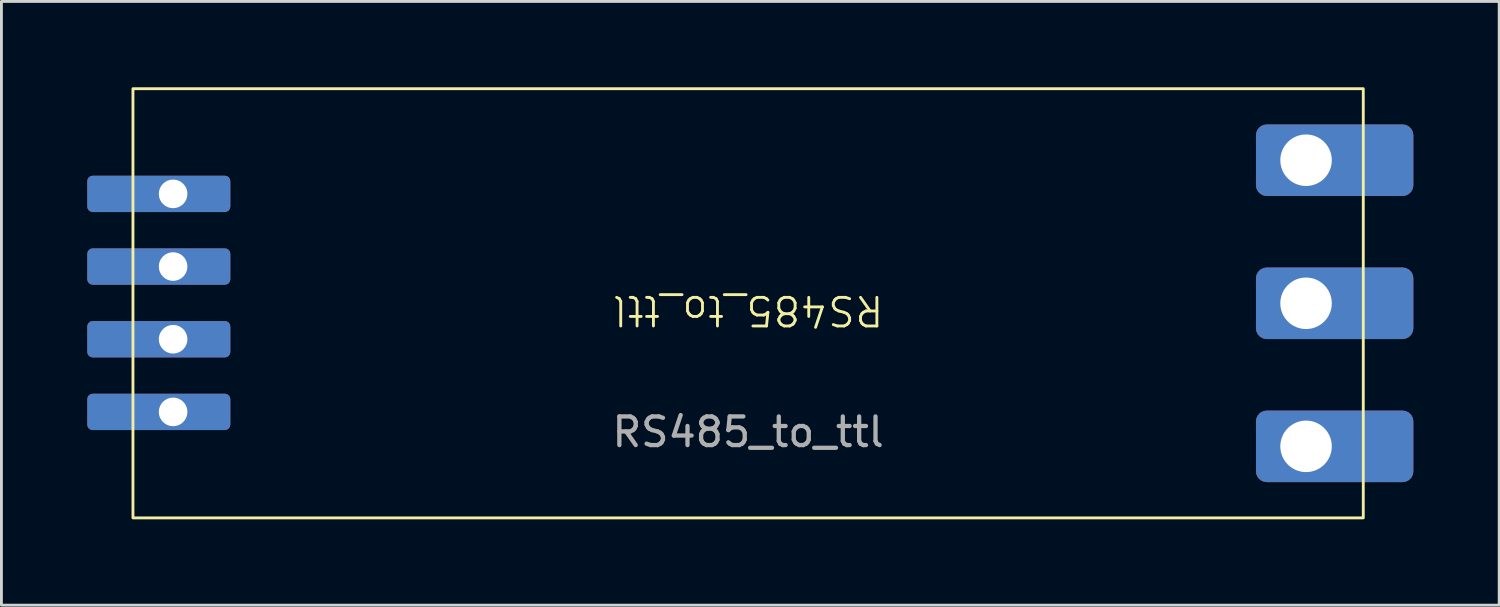
<source format=kicad_pcb>
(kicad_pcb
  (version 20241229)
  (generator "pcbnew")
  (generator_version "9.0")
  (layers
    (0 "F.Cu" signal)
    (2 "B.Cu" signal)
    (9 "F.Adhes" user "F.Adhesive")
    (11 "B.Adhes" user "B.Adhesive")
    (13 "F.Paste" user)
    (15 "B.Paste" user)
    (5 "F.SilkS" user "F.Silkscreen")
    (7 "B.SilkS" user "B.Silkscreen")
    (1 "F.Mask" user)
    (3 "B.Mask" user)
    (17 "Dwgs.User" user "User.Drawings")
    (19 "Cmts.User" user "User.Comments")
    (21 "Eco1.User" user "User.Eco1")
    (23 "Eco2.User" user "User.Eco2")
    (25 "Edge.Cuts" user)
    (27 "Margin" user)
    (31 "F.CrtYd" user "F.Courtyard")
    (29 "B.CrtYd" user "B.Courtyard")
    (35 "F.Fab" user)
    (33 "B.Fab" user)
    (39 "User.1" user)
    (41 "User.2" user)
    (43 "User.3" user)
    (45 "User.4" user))
  (footprint "RS485_to_ttl"
    (layer "F.Cu")
    (at 23.097 7.55)
    (property "Reference" "RS485_to_ttl" (at 0 0.25 180) (unlocked yes) (layer "F.SilkS") (effects (font (size 1 1) (thickness 0.1))))
    (attr smd)
    (fp_rect (start -21.5 -7.5) (end 21.5 7.5) (stroke (width 0.1) (type default)) (fill no) (layer "F.SilkS"))
    (fp_text user "${REFERENCE}" (at 0 4.5 0) (unlocked yes) (layer "F.Fab") (effects (font (size 1 1) (thickness 0.15))))
    (pad "1" thru_hole roundrect (at -20.097 -3.824) (size 5 1.27) (drill 1 (offset -0.5 0)) (layers "*.Cu" "*.Mask") (roundrect_rratio 0.15))
    (pad "2" thru_hole roundrect (at -20.097 -1.284) (size 5 1.27) (drill 1 (offset -0.5 0)) (layers "*.Cu" "*.Mask") (roundrect_rratio 0.15))
    (pad "3" thru_hole roundrect (at -20.097 1.256) (size 5 1.27) (drill 1 (offset -0.5 0)) (layers "*.Cu" "*.Mask") (roundrect_rratio 0.15))
    (pad "4" thru_hole roundrect (at -20.097 3.796) (size 5 1.27) (drill 1 (offset -0.5 0)) (layers "*.Cu" "*.Mask") (roundrect_rratio 0.15))
    (pad "5" thru_hole roundrect (at 19.5 -5 180) (size 5.5 2.5) (drill 1.8 (offset -1 0)) (layers "*.Cu" "*.Mask") (roundrect_rratio 0.15))
    (pad "6" thru_hole roundrect (at 19.5 0 180) (size 5.5 2.5) (drill 1.8 (offset -1 0)) (layers "*.Cu" "*.Mask") (roundrect_rratio 0.15))
    (pad "7" thru_hole roundrect (at 19.5 5 180) (size 5.5 2.5) (drill 1.8 (offset -1 0)) (layers "*.Cu" "*.Mask") (roundrect_rratio 0.15)))
  (gr_rect
    (start -3 -3)
    (end 49.347 18.1)
    (stroke (width 0.1) (type default))
    (fill no)
    (layer "Edge.Cuts")))
</source>
